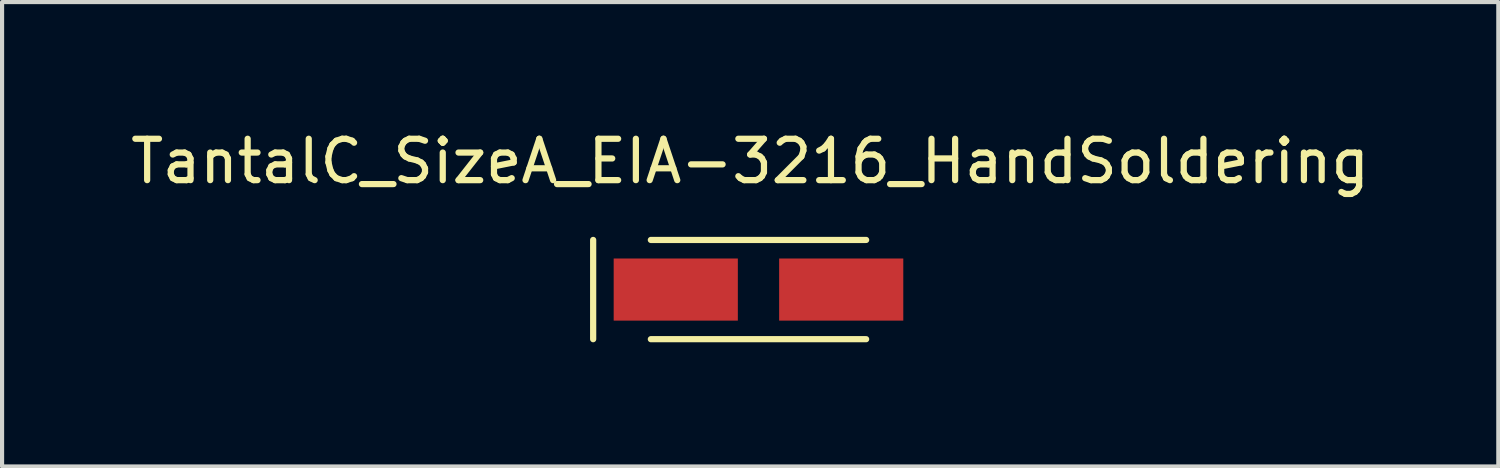
<source format=kicad_pcb>
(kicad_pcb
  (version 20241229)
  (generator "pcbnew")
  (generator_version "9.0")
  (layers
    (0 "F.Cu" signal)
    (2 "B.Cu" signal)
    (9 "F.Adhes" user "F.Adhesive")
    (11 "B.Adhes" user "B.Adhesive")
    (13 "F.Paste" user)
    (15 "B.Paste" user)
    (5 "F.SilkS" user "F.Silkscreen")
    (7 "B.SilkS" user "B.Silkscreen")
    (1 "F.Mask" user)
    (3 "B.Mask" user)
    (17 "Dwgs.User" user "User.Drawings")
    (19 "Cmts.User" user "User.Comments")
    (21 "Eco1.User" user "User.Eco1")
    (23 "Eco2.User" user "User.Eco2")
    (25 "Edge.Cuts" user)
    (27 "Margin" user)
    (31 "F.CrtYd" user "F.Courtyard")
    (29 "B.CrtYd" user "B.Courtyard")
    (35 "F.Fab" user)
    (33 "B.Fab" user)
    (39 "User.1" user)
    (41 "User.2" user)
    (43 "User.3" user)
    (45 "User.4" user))
  (footprint "TantalC_SizeA_EIA-3216_HandSoldering"
    (layer "F.Cu")
    (at 15.278 3.947)
    (property "Reference" "TantalC_SizeA_EIA-3216_HandSoldering" (at -0.201 -3.099 0) (layer "F.SilkS") (effects (font (size 1 1) (thickness 0.15))))
    (attr smd)
    (fp_line (start -3.995 -1.199) (end -3.995 1.199) (stroke (width 0.15) (type solid)) (layer "F.SilkS"))
    (fp_line (start -2.601 1.199) (end 2.601 1.199) (stroke (width 0.15) (type solid)) (layer "F.SilkS"))
    (fp_line (start 2.601 -1.199) (end -2.601 -1.199) (stroke (width 0.15) (type solid)) (layer "F.SilkS"))
    (pad "1" smd rect (at -1.999 0) (size 3 1.501) (layers "F.Cu" "F.Mask" "F.Paste"))
    (pad "2" smd rect (at 1.999 0) (size 3 1.501) (layers "F.Cu" "F.Mask" "F.Paste")))
  (gr_rect
    (start -3 -3)
    (end 33.155 8.221)
    (stroke (width 0.1) (type default))
    (fill no)
    (layer "Edge.Cuts")))
</source>
